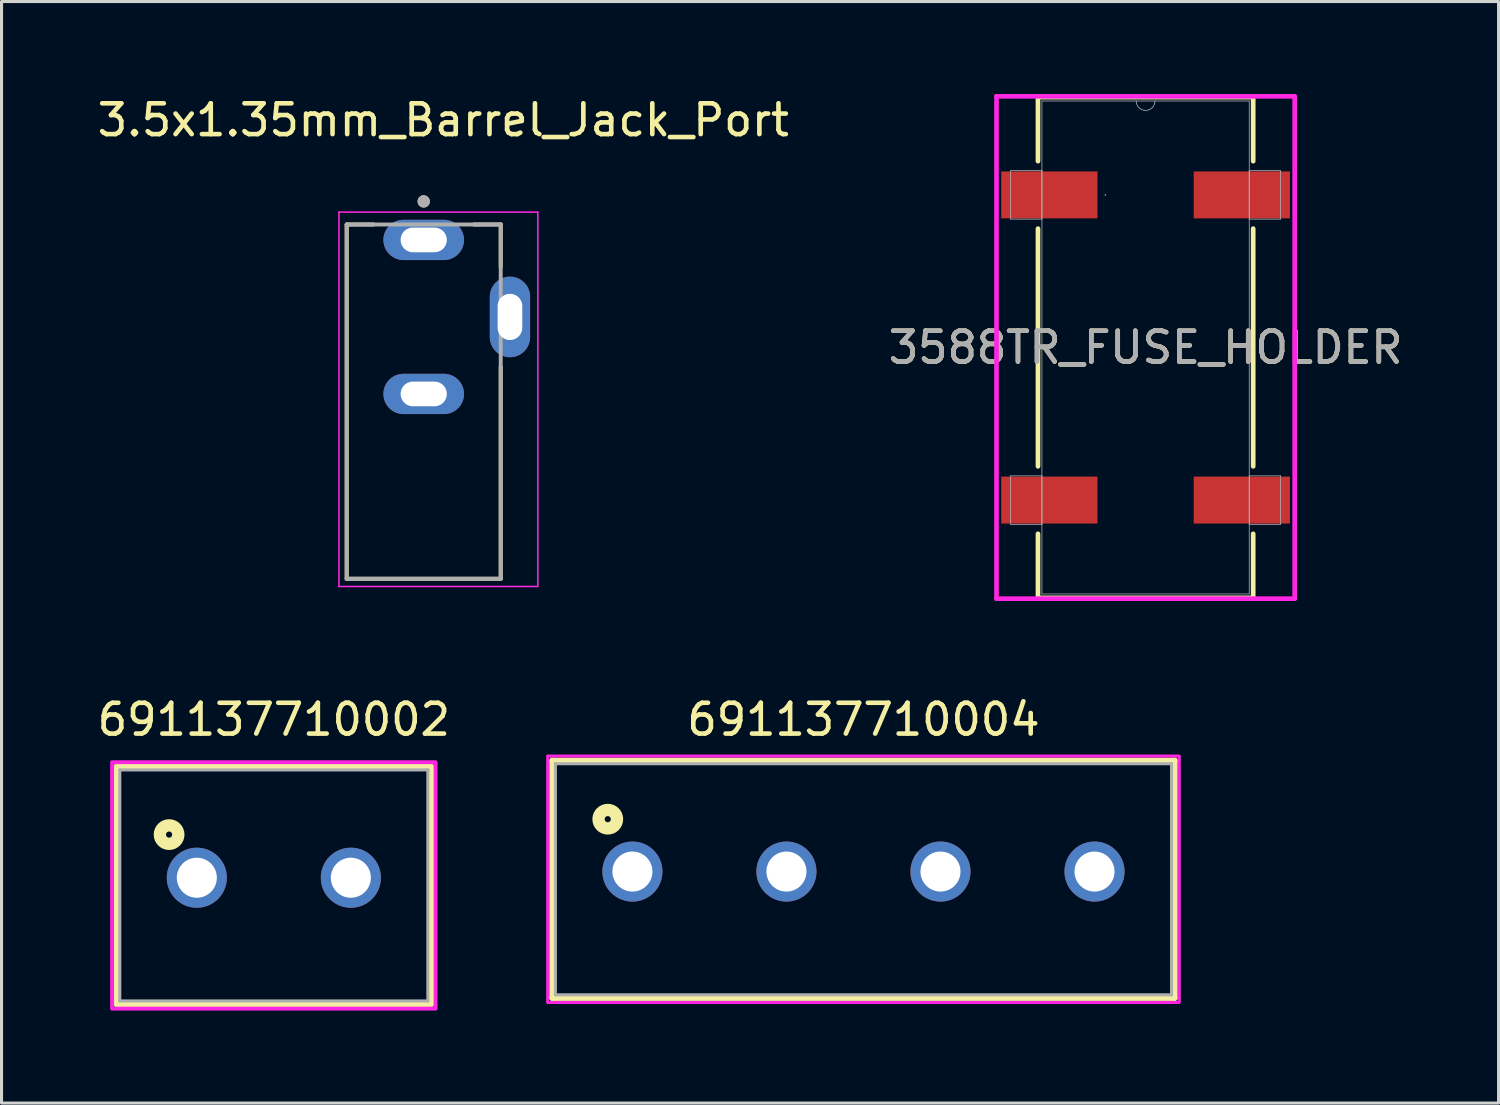
<source format=kicad_pcb>
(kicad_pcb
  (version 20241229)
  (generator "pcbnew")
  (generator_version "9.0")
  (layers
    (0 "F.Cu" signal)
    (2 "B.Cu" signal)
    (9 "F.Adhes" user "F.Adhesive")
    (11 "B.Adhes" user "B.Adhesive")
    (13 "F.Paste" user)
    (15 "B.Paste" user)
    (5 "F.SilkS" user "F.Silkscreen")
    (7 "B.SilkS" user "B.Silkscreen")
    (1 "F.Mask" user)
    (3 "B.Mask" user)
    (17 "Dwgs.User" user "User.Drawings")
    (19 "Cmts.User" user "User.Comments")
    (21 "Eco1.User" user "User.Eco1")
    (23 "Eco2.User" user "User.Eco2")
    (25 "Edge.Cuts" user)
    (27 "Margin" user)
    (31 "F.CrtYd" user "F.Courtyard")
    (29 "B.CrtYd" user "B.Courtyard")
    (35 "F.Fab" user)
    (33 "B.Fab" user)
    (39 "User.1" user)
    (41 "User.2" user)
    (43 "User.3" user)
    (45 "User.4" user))
  (footprint "691137710002"
    (layer "F.Cu")
    (at 5.839 25.442)
    (property "Reference" "691137710002" (at 0 -5.135 0) (layer "F.SilkS") (effects (font (size 1 1) (thickness 0.15))))
    (attr through_hole)
    (fp_line (start -5.1 -3.6) (end 5.1 -3.6) (stroke (width 0.2) (type solid)) (layer "F.SilkS"))
    (fp_line (start -5.1 4.1) (end -5.1 -3.6) (stroke (width 0.2) (type solid)) (layer "F.SilkS"))
    (fp_line (start 5.1 -3.6) (end 5.1 4.1) (stroke (width 0.2) (type solid)) (layer "F.SilkS"))
    (fp_line (start 5.1 4.1) (end -5.1 4.1) (stroke (width 0.2) (type solid)) (layer "F.SilkS"))
    (fp_circle (center -3.4 -1.4) (end -3.3 -1.4) (stroke (width 0.4) (type solid)) (fill no) (layer "F.SilkS"))
    (fp_poly (pts (xy -5.25 -3.75) (xy 5.25 -3.75) (xy 5.25 4.25) (xy -5.25 4.25)) (stroke (width 0.127) (type solid)) (fill no) (layer "F.CrtYd"))
    (fp_line (start -5 -3.5) (end 5 -3.5) (stroke (width 0.1) (type solid)) (layer "F.Fab"))
    (fp_line (start -5 4) (end -5 -3.5) (stroke (width 0.1) (type solid)) (layer "F.Fab"))
    (fp_line (start 5 -3.5) (end 5 4) (stroke (width 0.1) (type solid)) (layer "F.Fab"))
    (fp_line (start 5 4) (end -5 4) (stroke (width 0.1) (type solid)) (layer "F.Fab"))
    (pad "1" thru_hole circle (at -2.5 0) (size 1.95 1.95) (drill 1.3) (layers "*.Cu" "*.Mask"))
    (pad "2" thru_hole circle (at 2.5 0) (size 1.95 1.95) (drill 1.3) (layers "*.Cu" "*.Mask")))
  (footprint "691137710004"
    (layer "F.Cu")
    (at 24.979 25.242)
    (property "Reference" "691137710004" (at 0 -4.935 0) (layer "F.SilkS") (effects (font (size 1 1) (thickness 0.15))))
    (attr through_hole)
    (fp_line (start -10.1 -3.6) (end 10.1 -3.6) (stroke (width 0.2) (type solid)) (layer "F.SilkS"))
    (fp_line (start -10.1 4.1) (end -10.1 -3.6) (stroke (width 0.2) (type solid)) (layer "F.SilkS"))
    (fp_line (start 10.1 -3.6) (end 10.1 4.1) (stroke (width 0.2) (type solid)) (layer "F.SilkS"))
    (fp_line (start 10.1 4.1) (end -10.1 4.1) (stroke (width 0.2) (type solid)) (layer "F.SilkS"))
    (fp_circle (center -8.3 -1.7) (end -8.2 -1.7) (stroke (width 0.4) (type solid)) (fill no) (layer "F.SilkS"))
    (fp_poly (pts (xy -10.25 -3.75) (xy 10.25 -3.75) (xy 10.25 4.25) (xy -10.25 4.25)) (stroke (width 0.1) (type solid)) (fill no) (layer "F.CrtYd"))
    (fp_line (start -10 -3.5) (end 10 -3.5) (stroke (width 0.1) (type solid)) (layer "F.Fab"))
    (fp_line (start -10 4) (end -10 -3.5) (stroke (width 0.1) (type solid)) (layer "F.Fab"))
    (fp_line (start 10 -3.5) (end 10 4) (stroke (width 0.1) (type solid)) (layer "F.Fab"))
    (fp_line (start 10 4) (end -10 4) (stroke (width 0.1) (type solid)) (layer "F.Fab"))
    (pad "1" thru_hole circle (at -7.5 0) (size 1.95 1.95) (drill 1.3) (layers "*.Cu" "*.Mask"))
    (pad "2" thru_hole circle (at -2.5 0) (size 1.95 1.95) (drill 1.3) (layers "*.Cu" "*.Mask"))
    (pad "3" thru_hole circle (at 2.5 0) (size 1.95 1.95) (drill 1.3) (layers "*.Cu" "*.Mask"))
    (pad "4" thru_hole circle (at 7.5 0) (size 1.95 1.95) (drill 1.3) (layers "*.Cu" "*.Mask")))
  (footprint "3.5x1.35mm_Barrel_Jack_Port"
    (layer "F.Cu")
    (at 10.704 9.738)
    (property "Reference" "3.5x1.35mm_Barrel_Jack_Port" (at 0.635 -8.89 0) (layer "F.SilkS") (effects (font (size 1 1) (thickness 0.15))))
    (attr through_hole)
    (fp_line (start -2.5 -5.5) (end -1.625 -5.5) (stroke (width 0.127) (type solid)) (layer "F.SilkS"))
    (fp_line (start -2.5 6) (end -2.5 -5.5) (stroke (width 0.127) (type solid)) (layer "F.SilkS"))
    (fp_line (start 1.625 -5.5) (end 2.5 -5.5) (stroke (width 0.127) (type solid)) (layer "F.SilkS"))
    (fp_line (start 2.5 -5.5) (end 2.5 -4.125) (stroke (width 0.127) (type solid)) (layer "F.SilkS"))
    (fp_line (start 2.5 6) (end -2.5 6) (stroke (width 0.127) (type solid)) (layer "F.SilkS"))
    (fp_line (start 2.5 6) (end 2.5 -0.875) (stroke (width 0.127) (type solid)) (layer "F.SilkS"))
    (fp_circle (center 0 -6.25) (end 0.1 -6.25) (stroke (width 0.2) (type solid)) (fill no) (layer "F.SilkS"))
    (fp_line (start -2.75 -5.904) (end -2.75 6.25) (stroke (width 0.05) (type solid)) (layer "F.CrtYd"))
    (fp_line (start -2.75 6.25) (end 3.704 6.25) (stroke (width 0.05) (type solid)) (layer "F.CrtYd"))
    (fp_line (start 3.704 -5.904) (end -2.75 -5.904) (stroke (width 0.05) (type solid)) (layer "F.CrtYd"))
    (fp_line (start 3.704 6.25) (end 3.704 -5.904) (stroke (width 0.05) (type solid)) (layer "F.CrtYd"))
    (fp_line (start -2.5 -5.5) (end 2.5 -5.5) (stroke (width 0.127) (type solid)) (layer "F.Fab"))
    (fp_line (start -2.5 6) (end -2.5 -5.5) (stroke (width 0.127) (type solid)) (layer "F.Fab"))
    (fp_line (start 2.5 -5.5) (end 2.5 6) (stroke (width 0.127) (type solid)) (layer "F.Fab"))
    (fp_line (start 2.5 6) (end -2.5 6) (stroke (width 0.127) (type solid)) (layer "F.Fab"))
    (fp_circle (center 0 -6.25) (end 0.1 -6.25) (stroke (width 0.2) (type solid)) (fill no) (layer "F.Fab"))
    (pad "1" thru_hole oval (at 0 -5) (size 2.616 1.308) (drill oval 1.5 0.8) (layers "*.Cu" "*.Mask"))
    (pad "2" thru_hole oval (at 0 0) (size 2.616 1.308) (drill oval 1.5 0.8) (layers "*.Cu" "*.Mask"))
    (pad "3" thru_hole oval (at 2.8 -2.5) (size 1.308 2.616) (drill oval 0.8 1.5) (layers "*.Cu" "*.Mask")))
  (footprint "3588TR_FUSE_HOLDER"
    (layer "F.Cu")
    (at 34.137 8.23)
    (property "Reference" "3588TR_FUSE_HOLDER" (at 0 0 0) (unlocked yes) (layer "F.SilkS") (effects (font (size 1 1) (thickness 0.15))))
    (attr smd)
    (fp_line (start -3.493 -8.128) (end -3.493 -6.048) (stroke (width 0.152) (type solid)) (layer "F.SilkS"))
    (fp_line (start -3.493 -3.858) (end -3.493 3.858) (stroke (width 0.152) (type solid)) (layer "F.SilkS"))
    (fp_line (start -3.493 6.048) (end -3.493 8.128) (stroke (width 0.152) (type solid)) (layer "F.SilkS"))
    (fp_line (start -3.493 8.128) (end 3.493 8.128) (stroke (width 0.152) (type solid)) (layer "F.SilkS"))
    (fp_line (start 3.493 -8.128) (end -3.493 -8.128) (stroke (width 0.152) (type solid)) (layer "F.SilkS"))
    (fp_line (start 3.493 -6.048) (end 3.493 -8.128) (stroke (width 0.152) (type solid)) (layer "F.SilkS"))
    (fp_line (start 3.493 3.858) (end 3.493 -3.858) (stroke (width 0.152) (type solid)) (layer "F.SilkS"))
    (fp_line (start 3.493 8.128) (end 3.493 6.048) (stroke (width 0.152) (type solid)) (layer "F.SilkS"))
    (fp_line (start -4.839 -8.153) (end 4.839 -8.153) (stroke (width 0.152) (type solid)) (layer "F.CrtYd"))
    (fp_line (start -4.839 8.153) (end -4.839 -8.153) (stroke (width 0.152) (type solid)) (layer "F.CrtYd"))
    (fp_line (start 4.839 -8.153) (end 4.839 8.153) (stroke (width 0.152) (type solid)) (layer "F.CrtYd"))
    (fp_line (start 4.839 8.153) (end -4.839 8.153) (stroke (width 0.152) (type solid)) (layer "F.CrtYd"))
    (fp_line (start -4.381 -5.74) (end -4.381 -4.166) (stroke (width 0.025) (type solid)) (layer "F.Fab"))
    (fp_line (start -4.381 -4.166) (end -3.365 -4.166) (stroke (width 0.025) (type solid)) (layer "F.Fab"))
    (fp_line (start -4.381 4.166) (end -4.381 5.74) (stroke (width 0.025) (type solid)) (layer "F.Fab"))
    (fp_line (start -4.381 5.74) (end -3.365 5.74) (stroke (width 0.025) (type solid)) (layer "F.Fab"))
    (fp_line (start -3.365 -8.001) (end -3.365 8.001) (stroke (width 0.025) (type solid)) (layer "F.Fab"))
    (fp_line (start -3.365 -5.74) (end -4.381 -5.74) (stroke (width 0.025) (type solid)) (layer "F.Fab"))
    (fp_line (start -3.365 -4.166) (end -3.365 -5.74) (stroke (width 0.025) (type solid)) (layer "F.Fab"))
    (fp_line (start -3.365 4.166) (end -4.381 4.166) (stroke (width 0.025) (type solid)) (layer "F.Fab"))
    (fp_line (start -3.365 5.74) (end -3.365 4.166) (stroke (width 0.025) (type solid)) (layer "F.Fab"))
    (fp_line (start -3.365 8.001) (end 3.365 8.001) (stroke (width 0.025) (type solid)) (layer "F.Fab"))
    (fp_line (start 3.365 -8.001) (end -3.365 -8.001) (stroke (width 0.025) (type solid)) (layer "F.Fab"))
    (fp_line (start 3.365 -5.74) (end 3.365 -4.166) (stroke (width 0.025) (type solid)) (layer "F.Fab"))
    (fp_line (start 3.365 -4.166) (end 4.381 -4.166) (stroke (width 0.025) (type solid)) (layer "F.Fab"))
    (fp_line (start 3.365 4.166) (end 3.365 5.74) (stroke (width 0.025) (type solid)) (layer "F.Fab"))
    (fp_line (start 3.365 5.74) (end 4.381 5.74) (stroke (width 0.025) (type solid)) (layer "F.Fab"))
    (fp_line (start 3.365 8.001) (end 3.365 -8.001) (stroke (width 0.025) (type solid)) (layer "F.Fab"))
    (fp_line (start 4.381 -5.74) (end 3.365 -5.74) (stroke (width 0.025) (type solid)) (layer "F.Fab"))
    (fp_line (start 4.381 -4.166) (end 4.381 -5.74) (stroke (width 0.025) (type solid)) (layer "F.Fab"))
    (fp_line (start 4.381 4.166) (end 3.365 4.166) (stroke (width 0.025) (type solid)) (layer "F.Fab"))
    (fp_line (start 4.381 5.74) (end 4.381 4.166) (stroke (width 0.025) (type solid)) (layer "F.Fab"))
    (fp_arc (start 0.3048 -8.001) (mid 0 -7.6962) (end -0.3048 -8.001) (stroke (width 0.0254) (type solid)) (layer "F.Fab"))
    (fp_circle (center -1.308 -4.953) (end -1.308 -4.953) (stroke (width 0.025) (type solid)) (fill no) (layer "F.Fab"))
    (fp_text user "${REFERENCE}" (at 0 0 0) (unlocked yes) (layer "F.Fab") (effects (font (size 1 1) (thickness 0.15))))
    (pad "1" smd rect (at -3.124 -4.953) (size 3.124 1.524) (layers "F.Cu" "F.Mask" "F.Paste"))
    (pad "2" smd rect (at 3.124 -4.953) (size 3.124 1.524) (layers "F.Cu" "F.Mask" "F.Paste"))
    (pad "3" smd rect (at -3.124 4.953) (size 3.124 1.524) (layers "F.Cu" "F.Mask" "F.Paste"))
    (pad "4" smd rect (at 3.124 4.953) (size 3.124 1.524) (layers "F.Cu" "F.Mask" "F.Paste")))
  (gr_rect
    (start -3 -3)
    (end 45.595 32.756)
    (stroke (width 0.1) (type default))
    (fill no)
    (layer "Edge.Cuts")))
</source>
